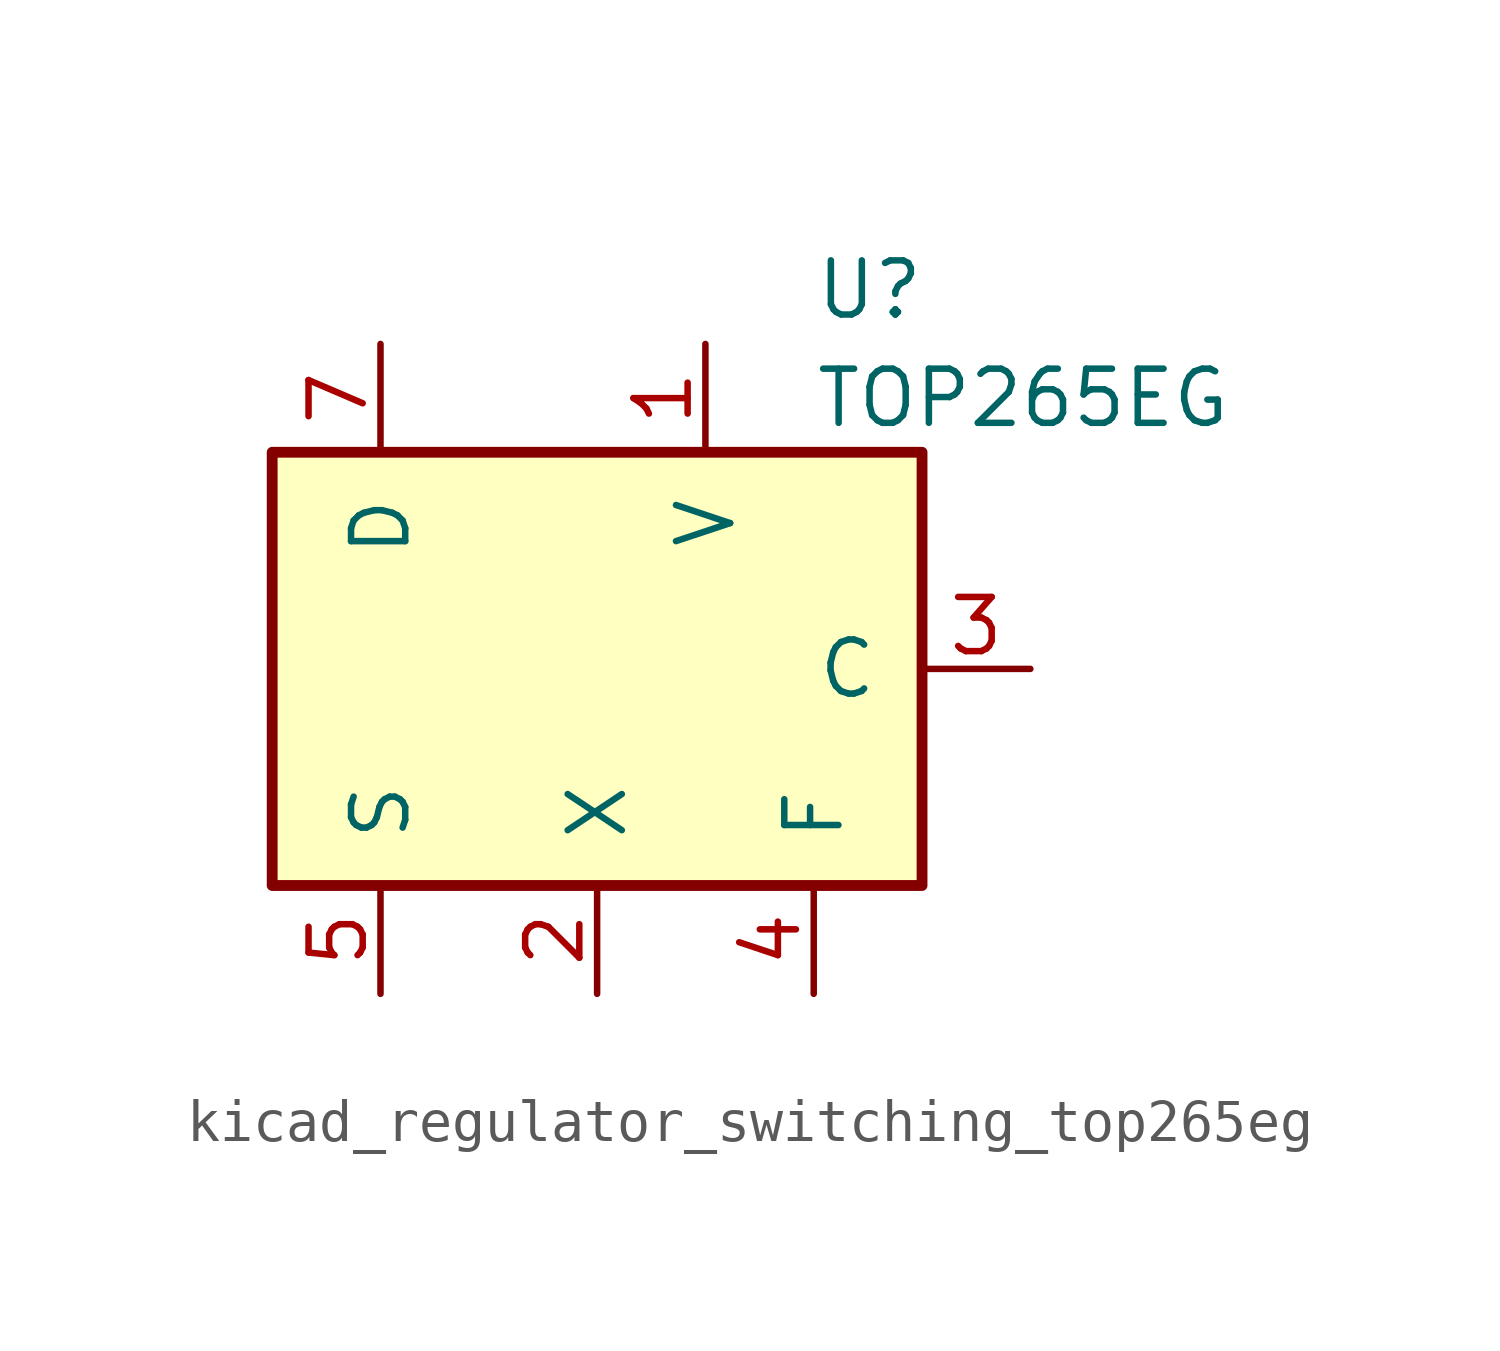
<source format=kicad_sym>
(kicad_symbol_lib
  (version 20220914)
  (generator kicad_symbol_editor)
  (symbol "kicad_regulator_switching_top265eg"
    (pin_names
      (offset 1.016))
    (property "Reference" "U"
      (at 5.08 8.89 0)
      (effects (font (size 1.27 1.27)) (justify left)))
    (property "Value" "TOP265EG"
      (at 5.08 6.35 0)
      (effects (font (size 1.27 1.27)) (justify left)))
    (symbol "kicad_regulator_switching_top265eg_0_1"
      (rectangle (start -7.62 5.08) (end 7.62 -5.08) (stroke (width 0.254) (type default)) (fill (type background))))
    (symbol "kicad_regulator_switching_top265eg_1_1"
      (pin input line (at 2.54 7.62 270) (length 2.54) (name "V" (effects (font (size 1.27 1.27)))) (number "1" (effects (font (size 1.27 1.27)))))
      (pin input line (at 0 -7.62 90) (length 2.54) (name "X" (effects (font (size 1.27 1.27)))) (number "2" (effects (font (size 1.27 1.27)))))
      (pin input line (at 10.16 0 180) (length 2.54) (name "C" (effects (font (size 1.27 1.27)))) (number "3" (effects (font (size 1.27 1.27)))))
      (pin passive line (at 5.08 -7.62 90) (length 2.54) (name "F" (effects (font (size 1.27 1.27)))) (number "4" (effects (font (size 1.27 1.27)))))
      (pin power_in line (at -5.08 -7.62 90) (length 2.54) (name "S" (effects (font (size 1.27 1.27)))) (number "5" (effects (font (size 1.27 1.27)))))
      (pin open_collector line (at -5.08 7.62 270) (length 2.54) (name "D" (effects (font (size 1.27 1.27)))) (number "7" (effects (font (size 1.27 1.27))))))))
</source>
